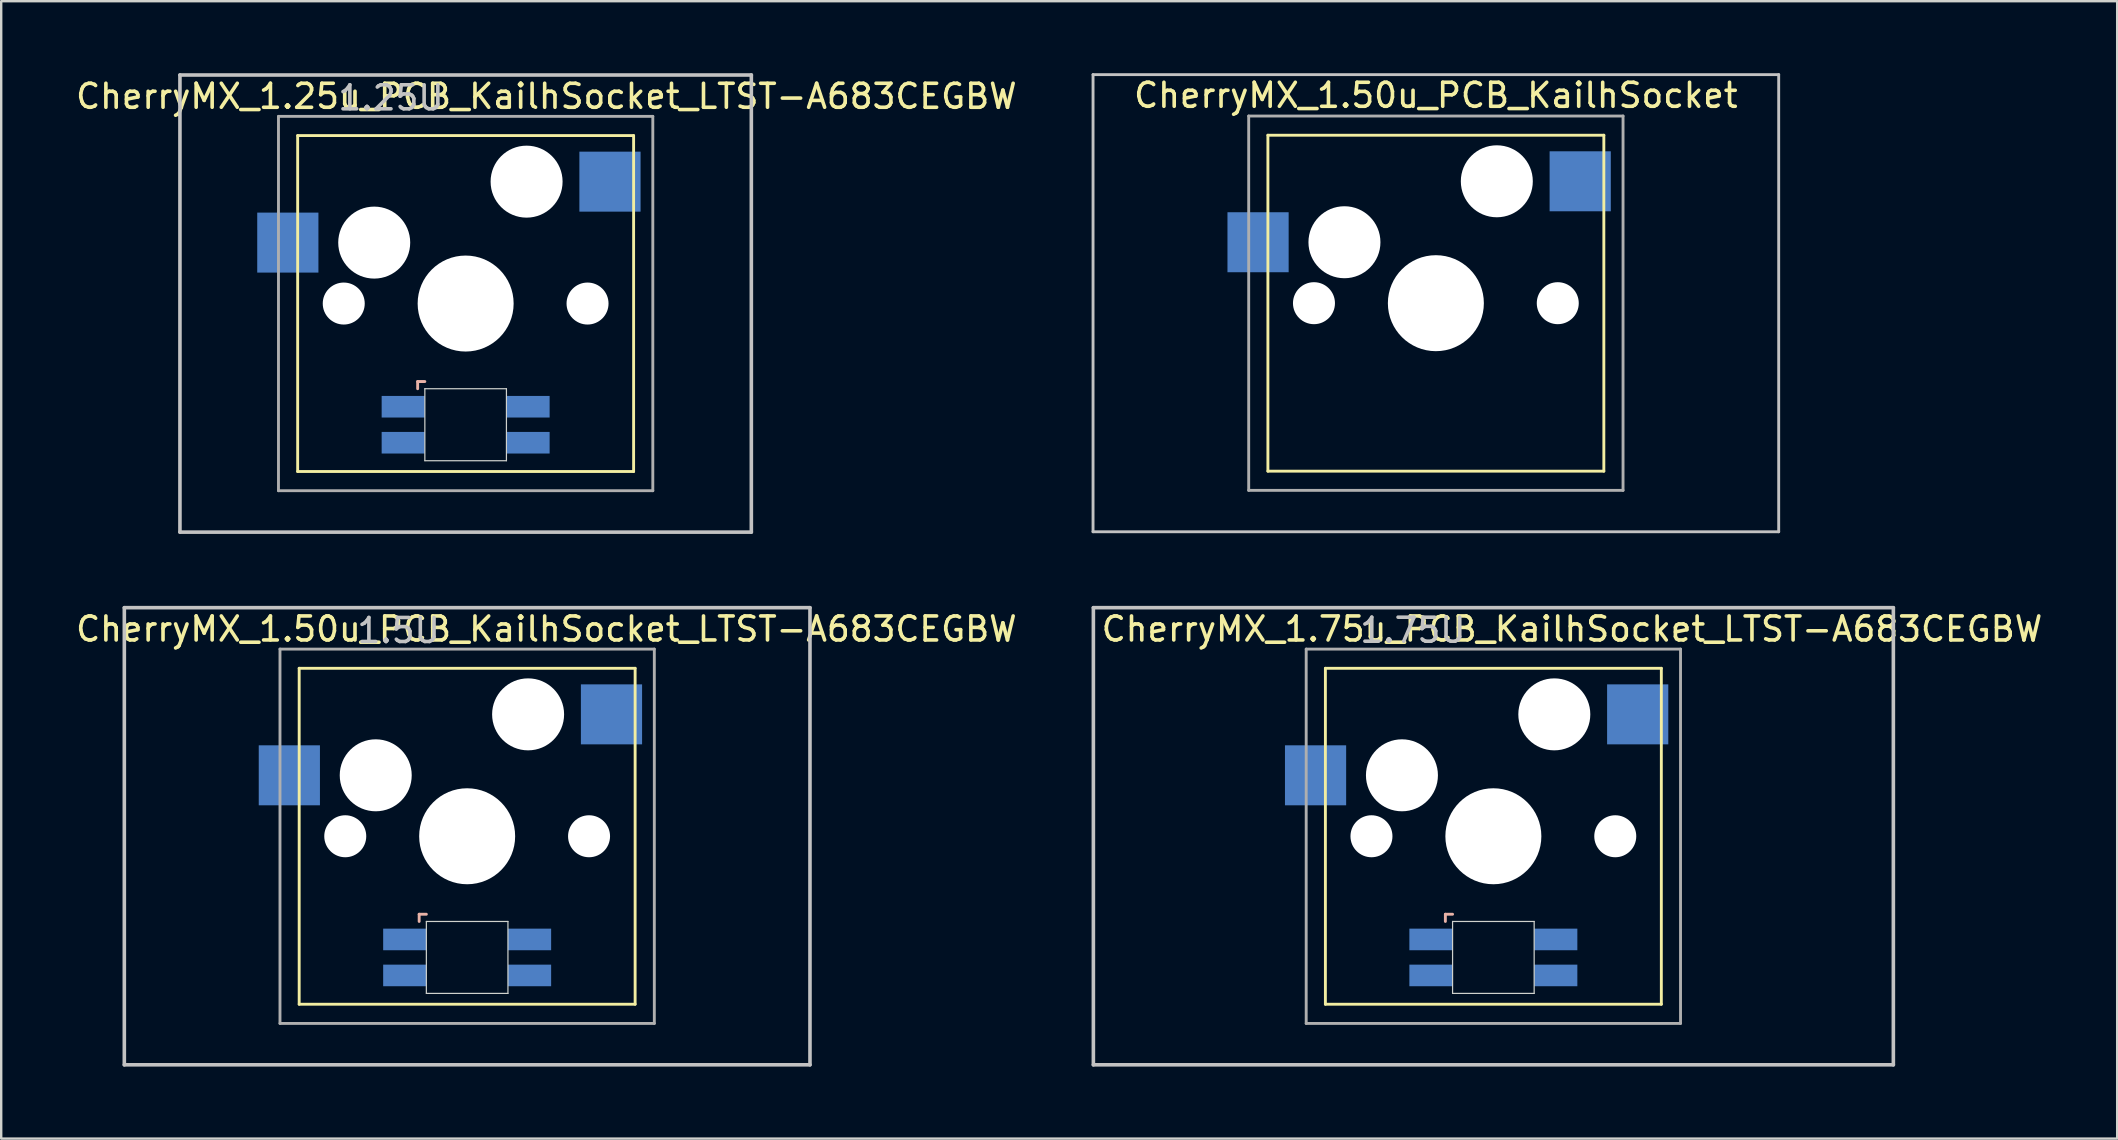
<source format=kicad_pcb>
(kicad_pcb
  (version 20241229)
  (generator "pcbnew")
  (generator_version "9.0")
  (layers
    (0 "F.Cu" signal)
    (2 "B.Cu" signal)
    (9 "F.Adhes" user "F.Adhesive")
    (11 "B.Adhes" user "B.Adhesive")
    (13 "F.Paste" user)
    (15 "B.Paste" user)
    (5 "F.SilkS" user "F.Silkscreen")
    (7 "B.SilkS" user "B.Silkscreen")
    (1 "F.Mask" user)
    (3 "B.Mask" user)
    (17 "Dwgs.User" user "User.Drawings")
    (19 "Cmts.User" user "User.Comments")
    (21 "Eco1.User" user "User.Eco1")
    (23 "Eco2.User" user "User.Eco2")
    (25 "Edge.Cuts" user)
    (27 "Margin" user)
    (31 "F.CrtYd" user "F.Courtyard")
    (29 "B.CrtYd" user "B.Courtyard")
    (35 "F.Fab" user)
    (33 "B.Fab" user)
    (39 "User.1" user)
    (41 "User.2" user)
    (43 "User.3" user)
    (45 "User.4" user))
  (footprint "CherryMX_1.75u_PCB_KailhSocket_LTST-A683CEGBW"
    (layer "F.Cu")
    (at 59.184 31.8)
    (property "Reference" "CherryMX_1.75u_PCB_KailhSocket_LTST-A683CEGBW" (at 3.277 -8.636 0) (layer "F.SilkS") (effects (font (size 1 1) (thickness 0.15))))
    (attr through_hole)
    (fp_line (start -7 -7) (end -7 7) (stroke (width 0.12) (type solid)) (layer "F.SilkS"))
    (fp_line (start -7 -7) (end 7 -7) (stroke (width 0.12) (type solid)) (layer "F.SilkS"))
    (fp_line (start 7 -7) (end 7 7) (stroke (width 0.12) (type solid)) (layer "F.SilkS"))
    (fp_line (start 7 7) (end -7 7) (stroke (width 0.12) (type solid)) (layer "F.SilkS"))
    (fp_line (start -2 3.25) (end -2 3.55) (stroke (width 0.12) (type solid)) (layer "B.SilkS"))
    (fp_line (start -1.7 3.25) (end -2 3.25) (stroke (width 0.12) (type solid)) (layer "B.SilkS"))
    (fp_line (start -16.669 -9.525) (end 16.669 -9.525) (stroke (width 0.15) (type solid)) (layer "Dwgs.User"))
    (fp_line (start -16.669 9.525) (end -16.669 -9.525) (stroke (width 0.15) (type solid)) (layer "Dwgs.User"))
    (fp_line (start 16.669 -9.525) (end 16.669 9.525) (stroke (width 0.15) (type solid)) (layer "Dwgs.User"))
    (fp_line (start 16.669 9.525) (end -16.669 9.525) (stroke (width 0.15) (type solid)) (layer "Dwgs.User"))
    (fp_line (start -1.7 3.55) (end 1.7 3.55) (stroke (width 0.05) (type solid)) (layer "Edge.Cuts"))
    (fp_line (start -1.7 6.55) (end -1.7 3.55) (stroke (width 0.05) (type solid)) (layer "Edge.Cuts"))
    (fp_line (start 1.7 3.55) (end 1.7 6.55) (stroke (width 0.05) (type solid)) (layer "Edge.Cuts"))
    (fp_line (start 1.7 6.55) (end -1.7 6.55) (stroke (width 0.05) (type solid)) (layer "Edge.Cuts"))
    (fp_line (start -7.8 -7.8) (end -7.8 7.8) (stroke (width 0.12) (type solid)) (layer "F.Fab"))
    (fp_line (start -7.8 -7.8) (end 7.8 -7.8) (stroke (width 0.12) (type solid)) (layer "F.Fab"))
    (fp_line (start -7.8 7.8) (end 7.8 7.8) (stroke (width 0.12) (type solid)) (layer "F.Fab"))
    (fp_line (start 7.8 -7.8) (end 7.8 7.8) (stroke (width 0.12) (type solid)) (layer "F.Fab"))
    (fp_text user "1.75U" (at -3.353 -8.585 0) (layer "Dwgs.User") (effects (font (size 1 1) (thickness 0.15))))
    (pad "" np_thru_hole circle (at -5.08 0) (size 1.75 1.75) (drill 1.75) (layers "*.Cu" "*.Mask"))
    (pad "" np_thru_hole circle (at -3.81 -2.54) (size 3 3) (drill 3) (layers "*.Cu" "*.Mask"))
    (pad "" np_thru_hole circle (at 0 0) (size 4 4) (drill 4) (layers "*.Cu" "*.Mask"))
    (pad "" np_thru_hole circle (at 2.54 -5.08) (size 3 3) (drill 3) (layers "*.Cu" "*.Mask"))
    (pad "" np_thru_hole circle (at 5.08 0) (size 1.75 1.75) (drill 1.75) (layers "*.Cu" "*.Mask"))
    (pad "1" smd rect (at -7.41 -2.54) (size 2.55 2.5) (layers "B.Cu" "B.Mask" "B.Paste"))
    (pad "2" smd rect (at 6.015 -5.08) (size 2.55 2.5) (layers "B.Cu" "B.Mask" "B.Paste"))
    (pad "3" smd rect (at -2.6 4.3) (size 1.8 0.9) (layers "B.Cu" "B.Mask" "B.Paste"))
    (pad "4" smd rect (at -2.6 5.8) (size 1.8 0.9) (layers "B.Cu" "B.Mask" "B.Paste"))
    (pad "5" smd rect (at 2.6 4.3) (size 1.8 0.9) (layers "B.Cu" "B.Mask" "B.Paste"))
    (pad "6" smd rect (at 2.6 5.8) (size 1.8 0.9) (layers "B.Cu" "B.Mask" "B.Paste")))
  (footprint "CherryMX_1.50u_PCB_KailhSocket"
    (layer "F.Cu")
    (at 56.788 9.585)
    (property "Reference" "CherryMX_1.50u_PCB_KailhSocket" (at 0 -8.662 0) (layer "F.SilkS") (effects (font (size 1 1) (thickness 0.15))))
    (attr through_hole)
    (fp_line (start -7 -7) (end -7 7) (stroke (width 0.12) (type solid)) (layer "F.SilkS"))
    (fp_line (start -7 -7) (end 7 -7) (stroke (width 0.12) (type solid)) (layer "F.SilkS"))
    (fp_line (start 7 -7) (end 7 7) (stroke (width 0.12) (type solid)) (layer "F.SilkS"))
    (fp_line (start 7 7) (end -7 7) (stroke (width 0.12) (type solid)) (layer "F.SilkS"))
    (fp_line (start -14.287 -9.525) (end 14.287 -9.525) (stroke (width 0.12) (type solid)) (layer "Dwgs.User"))
    (fp_line (start -14.287 9.525) (end -14.287 -9.525) (stroke (width 0.12) (type solid)) (layer "Dwgs.User"))
    (fp_line (start 14.287 -9.525) (end 14.287 9.525) (stroke (width 0.12) (type solid)) (layer "Dwgs.User"))
    (fp_line (start 14.287 9.525) (end -14.287 9.525) (stroke (width 0.12) (type solid)) (layer "Dwgs.User"))
    (fp_line (start -7.8 -7.8) (end -7.8 7.8) (stroke (width 0.12) (type solid)) (layer "F.Fab"))
    (fp_line (start -7.8 -7.8) (end 7.8 -7.8) (stroke (width 0.12) (type solid)) (layer "F.Fab"))
    (fp_line (start -7.8 7.8) (end 7.8 7.8) (stroke (width 0.12) (type solid)) (layer "F.Fab"))
    (fp_line (start 7.8 -7.8) (end 7.8 7.8) (stroke (width 0.12) (type solid)) (layer "F.Fab"))
    (pad "" np_thru_hole circle (at -5.08 0) (size 1.75 1.75) (drill 1.75) (layers "*.Cu" "*.Mask"))
    (pad "" np_thru_hole circle (at -3.81 -2.54) (size 3 3) (drill 3) (layers "*.Cu" "*.Mask"))
    (pad "" np_thru_hole circle (at 0 0) (size 4 4) (drill 4) (layers "*.Cu" "*.Mask"))
    (pad "" np_thru_hole circle (at 2.54 -5.08) (size 3 3) (drill 3) (layers "*.Cu" "*.Mask"))
    (pad "" np_thru_hole circle (at 5.08 0) (size 1.75 1.75) (drill 1.75) (layers "*.Cu" "*.Mask"))
    (pad "1" smd rect (at -7.41 -2.54) (size 2.55 2.5) (layers "B.Cu" "B.Mask" "B.Paste"))
    (pad "2" smd rect (at 6.015 -5.08) (size 2.55 2.5) (layers "B.Cu" "B.Mask" "B.Paste")))
  (footprint "CherryMX_1.50u_PCB_KailhSocket_LTST-A683CEGBW"
    (layer "F.Cu")
    (at 16.418 31.8)
    (property "Reference" "CherryMX_1.50u_PCB_KailhSocket_LTST-A683CEGBW" (at 3.302 -8.636 0) (layer "F.SilkS") (effects (font (size 1 1) (thickness 0.15))))
    (attr through_hole)
    (fp_line (start -7 -7) (end -7 7) (stroke (width 0.12) (type solid)) (layer "F.SilkS"))
    (fp_line (start -7 -7) (end 7 -7) (stroke (width 0.12) (type solid)) (layer "F.SilkS"))
    (fp_line (start 7 -7) (end 7 7) (stroke (width 0.12) (type solid)) (layer "F.SilkS"))
    (fp_line (start 7 7) (end -7 7) (stroke (width 0.12) (type solid)) (layer "F.SilkS"))
    (fp_line (start -2 3.25) (end -2 3.55) (stroke (width 0.12) (type solid)) (layer "B.SilkS"))
    (fp_line (start -1.7 3.25) (end -2 3.25) (stroke (width 0.12) (type solid)) (layer "B.SilkS"))
    (fp_line (start -14.287 -9.525) (end 14.287 -9.525) (stroke (width 0.15) (type solid)) (layer "Dwgs.User"))
    (fp_line (start -14.287 9.525) (end -14.287 -9.525) (stroke (width 0.15) (type solid)) (layer "Dwgs.User"))
    (fp_line (start 14.287 -9.525) (end 14.287 9.525) (stroke (width 0.15) (type solid)) (layer "Dwgs.User"))
    (fp_line (start 14.287 9.525) (end -14.287 9.525) (stroke (width 0.15) (type solid)) (layer "Dwgs.User"))
    (fp_line (start -1.7 3.55) (end 1.7 3.55) (stroke (width 0.05) (type solid)) (layer "Edge.Cuts"))
    (fp_line (start -1.7 6.55) (end -1.7 3.55) (stroke (width 0.05) (type solid)) (layer "Edge.Cuts"))
    (fp_line (start 1.7 3.55) (end 1.7 6.55) (stroke (width 0.05) (type solid)) (layer "Edge.Cuts"))
    (fp_line (start 1.7 6.55) (end -1.7 6.55) (stroke (width 0.05) (type solid)) (layer "Edge.Cuts"))
    (fp_line (start -7.8 -7.8) (end -7.8 7.8) (stroke (width 0.12) (type solid)) (layer "F.Fab"))
    (fp_line (start -7.8 -7.8) (end 7.8 -7.8) (stroke (width 0.12) (type solid)) (layer "F.Fab"))
    (fp_line (start -7.8 7.8) (end 7.8 7.8) (stroke (width 0.12) (type solid)) (layer "F.Fab"))
    (fp_line (start 7.8 -7.8) (end 7.8 7.8) (stroke (width 0.12) (type solid)) (layer "F.Fab"))
    (fp_text user "1.5U" (at -2.857 -8.572 0) (layer "Dwgs.User") (effects (font (size 1 1) (thickness 0.15))))
    (pad "" np_thru_hole circle (at -5.08 0) (size 1.75 1.75) (drill 1.75) (layers "*.Cu" "*.Mask"))
    (pad "" np_thru_hole circle (at -3.81 -2.54) (size 3 3) (drill 3) (layers "*.Cu" "*.Mask"))
    (pad "" np_thru_hole circle (at 0 0) (size 4 4) (drill 4) (layers "*.Cu" "*.Mask"))
    (pad "" np_thru_hole circle (at 2.54 -5.08) (size 3 3) (drill 3) (layers "*.Cu" "*.Mask"))
    (pad "" np_thru_hole circle (at 5.08 0) (size 1.75 1.75) (drill 1.75) (layers "*.Cu" "*.Mask"))
    (pad "1" smd rect (at -7.41 -2.54) (size 2.55 2.5) (layers "B.Cu" "B.Mask" "B.Paste"))
    (pad "2" smd rect (at 6.015 -5.08) (size 2.55 2.5) (layers "B.Cu" "B.Mask" "B.Paste"))
    (pad "3" smd rect (at -2.6 4.3) (size 1.8 0.9) (layers "B.Cu" "B.Mask" "B.Paste"))
    (pad "4" smd rect (at -2.6 5.8) (size 1.8 0.9) (layers "B.Cu" "B.Mask" "B.Paste"))
    (pad "5" smd rect (at 2.6 4.3) (size 1.8 0.9) (layers "B.Cu" "B.Mask" "B.Paste"))
    (pad "6" smd rect (at 2.6 5.8) (size 1.8 0.9) (layers "B.Cu" "B.Mask" "B.Paste")))
  (footprint "CherryMX_1.25u_PCB_KailhSocket_LTST-A683CEGBW"
    (layer "F.Cu")
    (at 16.355 9.6)
    (property "Reference" "CherryMX_1.25u_PCB_KailhSocket_LTST-A683CEGBW" (at 3.365 -8.636 0) (layer "F.SilkS") (effects (font (size 1 1) (thickness 0.15))))
    (attr through_hole)
    (fp_line (start -7 -7) (end -7 7) (stroke (width 0.12) (type solid)) (layer "F.SilkS"))
    (fp_line (start -7 -7) (end 7 -7) (stroke (width 0.12) (type solid)) (layer "F.SilkS"))
    (fp_line (start 7 -7) (end 7 7) (stroke (width 0.12) (type solid)) (layer "F.SilkS"))
    (fp_line (start 7 7) (end -7 7) (stroke (width 0.12) (type solid)) (layer "F.SilkS"))
    (fp_line (start -2 3.25) (end -2 3.55) (stroke (width 0.12) (type solid)) (layer "B.SilkS"))
    (fp_line (start -1.7 3.25) (end -2 3.25) (stroke (width 0.12) (type solid)) (layer "B.SilkS"))
    (fp_line (start -11.906 -9.525) (end 11.906 -9.525) (stroke (width 0.15) (type solid)) (layer "Dwgs.User"))
    (fp_line (start -11.906 9.525) (end -11.906 -9.525) (stroke (width 0.15) (type solid)) (layer "Dwgs.User"))
    (fp_line (start 11.906 -9.525) (end 11.906 9.525) (stroke (width 0.15) (type solid)) (layer "Dwgs.User"))
    (fp_line (start 11.906 9.525) (end -11.906 9.525) (stroke (width 0.15) (type solid)) (layer "Dwgs.User"))
    (fp_line (start -1.7 3.55) (end 1.7 3.55) (stroke (width 0.05) (type solid)) (layer "Edge.Cuts"))
    (fp_line (start -1.7 6.55) (end -1.7 3.55) (stroke (width 0.05) (type solid)) (layer "Edge.Cuts"))
    (fp_line (start 1.7 3.55) (end 1.7 6.55) (stroke (width 0.05) (type solid)) (layer "Edge.Cuts"))
    (fp_line (start 1.7 6.55) (end -1.7 6.55) (stroke (width 0.05) (type solid)) (layer "Edge.Cuts"))
    (fp_line (start -7.8 -7.8) (end -7.8 7.8) (stroke (width 0.12) (type solid)) (layer "F.Fab"))
    (fp_line (start -7.8 -7.8) (end 7.8 -7.8) (stroke (width 0.12) (type solid)) (layer "F.Fab"))
    (fp_line (start -7.8 7.8) (end 7.8 7.8) (stroke (width 0.12) (type solid)) (layer "F.Fab"))
    (fp_line (start 7.8 -7.8) (end 7.8 7.8) (stroke (width 0.12) (type solid)) (layer "F.Fab"))
    (fp_text user "1.25U" (at -3.111 -8.572 0) (layer "Dwgs.User") (effects (font (size 1 1) (thickness 0.15))))
    (pad "" np_thru_hole circle (at -5.08 0) (size 1.75 1.75) (drill 1.75) (layers "*.Cu" "*.Mask"))
    (pad "" np_thru_hole circle (at -3.81 -2.54) (size 3 3) (drill 3) (layers "*.Cu" "*.Mask"))
    (pad "" np_thru_hole circle (at 0 0) (size 4 4) (drill 4) (layers "*.Cu" "*.Mask"))
    (pad "" np_thru_hole circle (at 2.54 -5.08) (size 3 3) (drill 3) (layers "*.Cu" "*.Mask"))
    (pad "" np_thru_hole circle (at 5.08 0) (size 1.75 1.75) (drill 1.75) (layers "*.Cu" "*.Mask"))
    (pad "1" smd rect (at -7.41 -2.54) (size 2.55 2.5) (layers "B.Cu" "B.Mask" "B.Paste"))
    (pad "2" smd rect (at 6.015 -5.08) (size 2.55 2.5) (layers "B.Cu" "B.Mask" "B.Paste"))
    (pad "3" smd rect (at -2.6 4.3) (size 1.8 0.9) (layers "B.Cu" "B.Mask" "B.Paste"))
    (pad "4" smd rect (at -2.6 5.8) (size 1.8 0.9) (layers "B.Cu" "B.Mask" "B.Paste"))
    (pad "5" smd rect (at 2.6 4.3) (size 1.8 0.9) (layers "B.Cu" "B.Mask" "B.Paste"))
    (pad "6" smd rect (at 2.6 5.8) (size 1.8 0.9) (layers "B.Cu" "B.Mask" "B.Paste")))
  (gr_rect
    (start -3 -3)
    (end 85.181 44.4)
    (stroke (width 0.1) (type default))
    (fill no)
    (layer "Edge.Cuts")))
</source>
